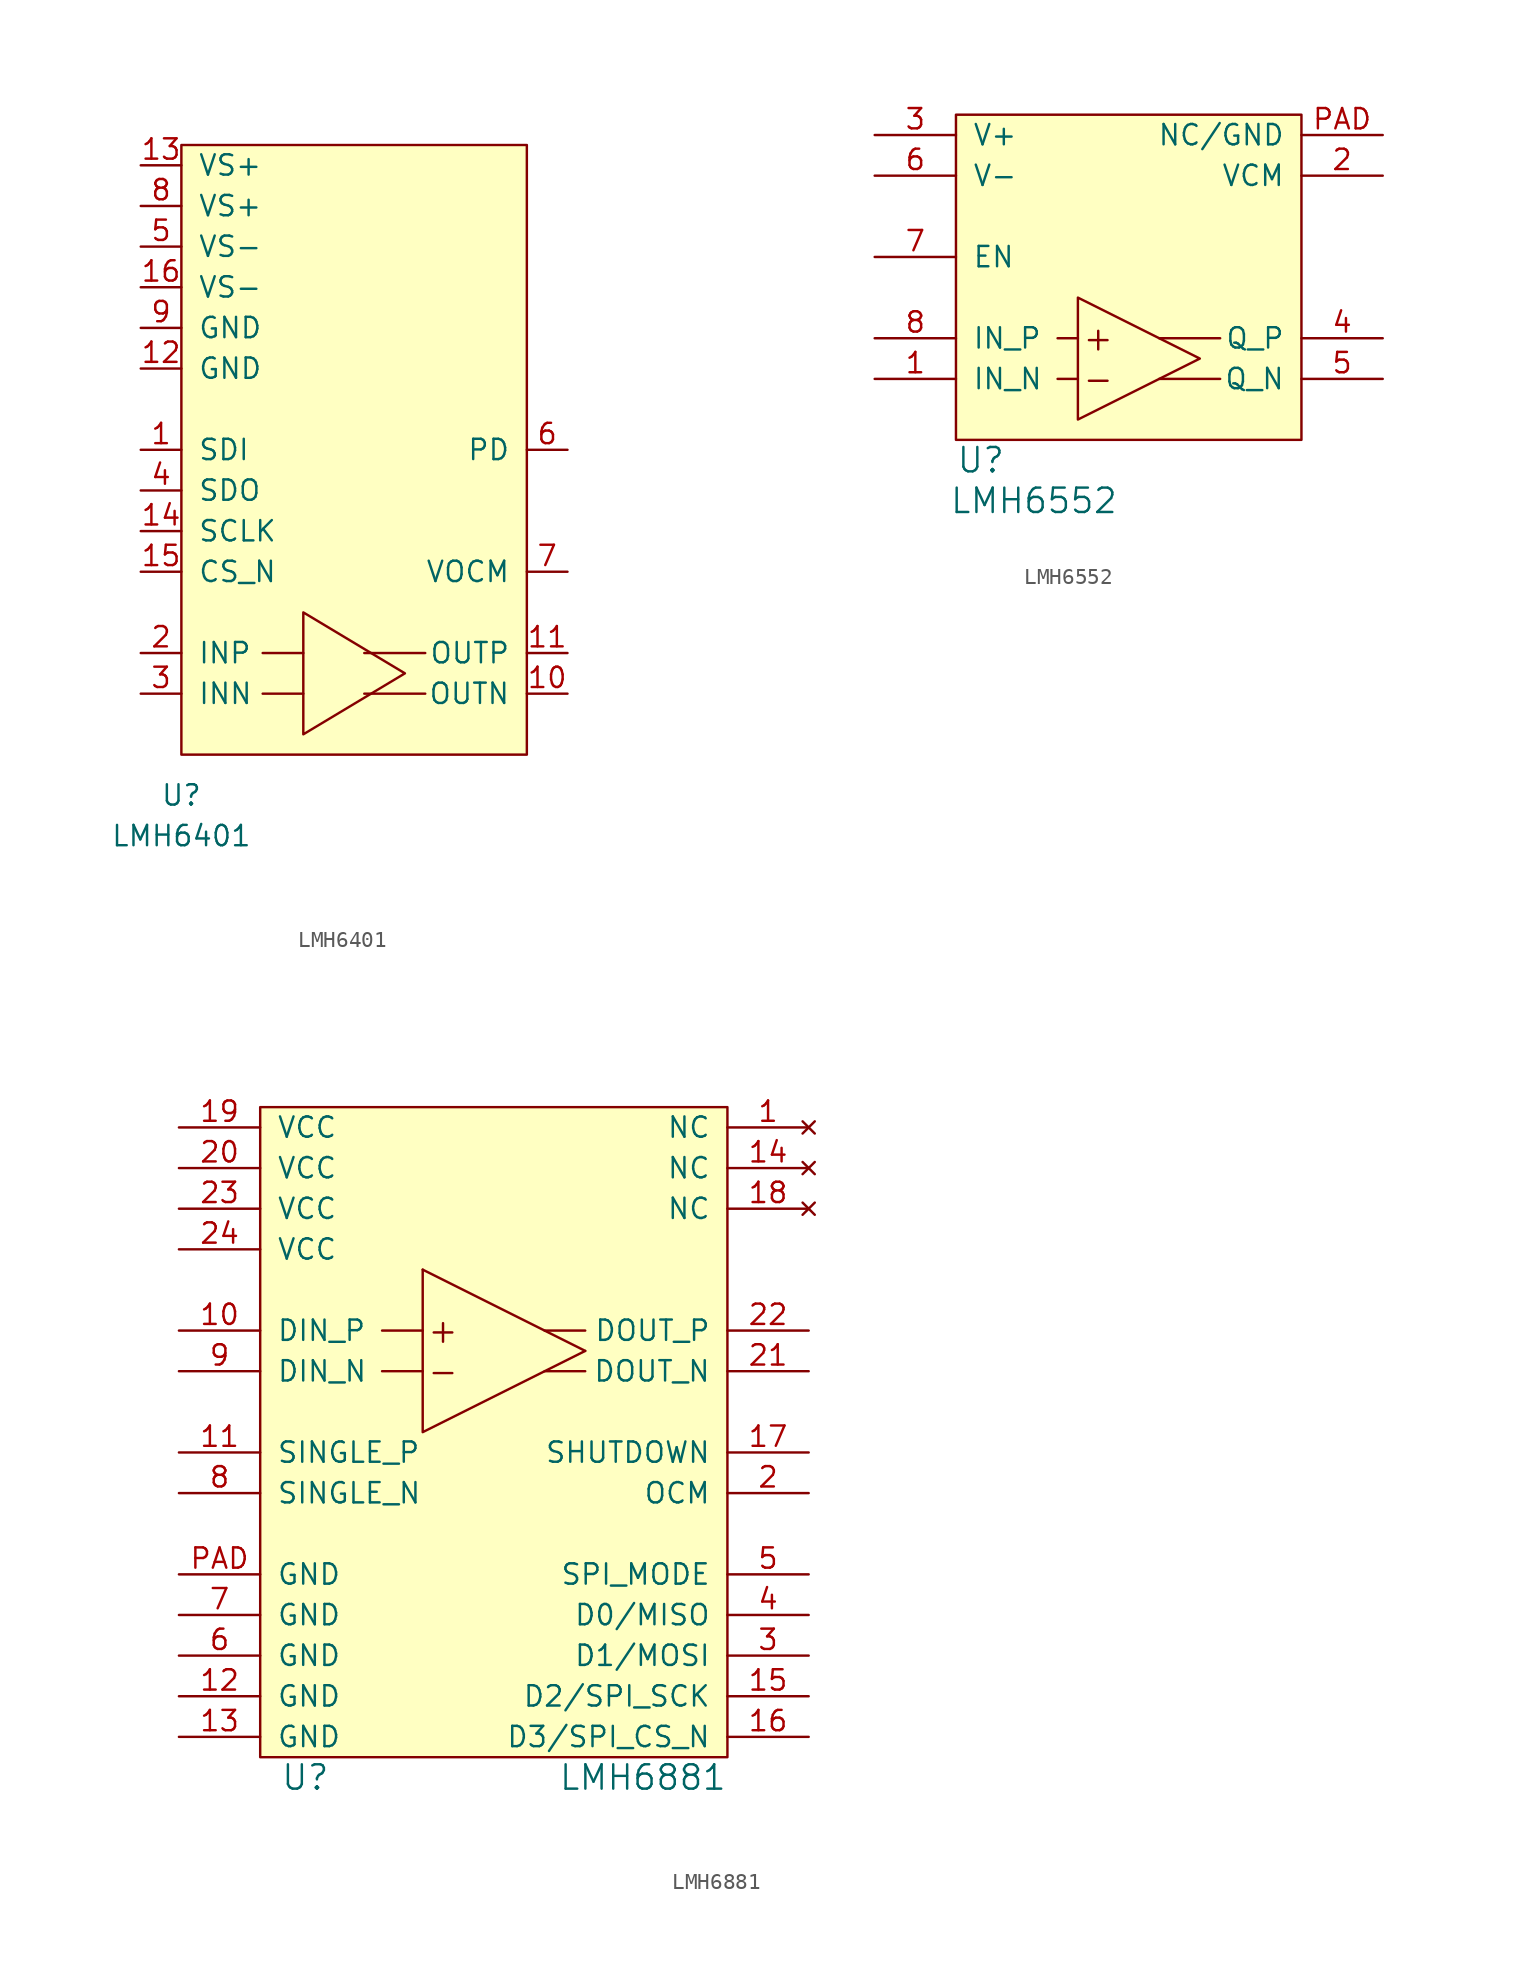
<source format=kicad_sym>
(kicad_symbol_lib
  (version 20211014)
  (generator kicad_symbol_editor)
  (symbol "LMH6401"
    (pin_names
      (offset 1.016))
    (property "Reference" "U"
      (at 0 -2.54 0)
      (effects (font (size 1.27 1.27))))
    (property "Value" "LMH6401"
      (at 0 -5.08 0)
      (effects (font (size 1.27 1.27))))
    (symbol "LMH6401_0_1"
      (polyline (pts (xy 7.62 3.81) (xy 5.08 3.81)) (stroke (width 0) (type default) (color 0 0 0 0)) (fill (type none)))
      (polyline (pts (xy 7.62 6.35) (xy 5.08 6.35)) (stroke (width 0) (type default) (color 0 0 0 0)) (fill (type none)))
      (polyline (pts (xy 11.43 3.81) (xy 15.24 3.81)) (stroke (width 0) (type default) (color 0 0 0 0)) (fill (type none)))
      (polyline (pts (xy 11.43 6.35) (xy 15.24 6.35)) (stroke (width 0) (type default) (color 0 0 0 0)) (fill (type none)))
      (polyline (pts (xy 7.62 1.27) (xy 7.62 8.89) (xy 13.97 5.08) (xy 7.62 1.27)) (stroke (width 0) (type default) (color 0 0 0 0)) (fill (type none)))
      (rectangle (start 0 38.1) (end 21.59 0) (stroke (width 0) (type default) (color 0 0 0 0)) (fill (type background))))
    (symbol "LMH6401_1_1"
      (pin input line (at -2.54 19.05 0) (length 2.54) (name "SDI" (effects (font (size 1.27 1.27)))) (number "1" (effects (font (size 1.27 1.27)))))
      (pin output line (at 24.13 3.81 180) (length 2.54) (name "OUTN" (effects (font (size 1.27 1.27)))) (number "10" (effects (font (size 1.27 1.27)))))
      (pin output line (at 24.13 6.35 180) (length 2.54) (name "OUTP" (effects (font (size 1.27 1.27)))) (number "11" (effects (font (size 1.27 1.27)))))
      (pin power_in line (at -2.54 24.13 0) (length 2.54) (name "GND" (effects (font (size 1.27 1.27)))) (number "12" (effects (font (size 1.27 1.27)))))
      (pin power_in line (at -2.54 36.83 0) (length 2.54) (name "VS+" (effects (font (size 1.27 1.27)))) (number "13" (effects (font (size 1.27 1.27)))))
      (pin input line (at -2.54 13.97 0) (length 2.54) (name "SCLK" (effects (font (size 1.27 1.27)))) (number "14" (effects (font (size 1.27 1.27)))))
      (pin input line (at -2.54 11.43 0) (length 2.54) (name "CS_N" (effects (font (size 1.27 1.27)))) (number "15" (effects (font (size 1.27 1.27)))))
      (pin power_in line (at -2.54 29.21 0) (length 2.54) (name "VS-" (effects (font (size 1.27 1.27)))) (number "16" (effects (font (size 1.27 1.27)))))
      (pin input line (at -2.54 6.35 0) (length 2.54) (name "INP" (effects (font (size 1.27 1.27)))) (number "2" (effects (font (size 1.27 1.27)))))
      (pin input line (at -2.54 3.81 0) (length 2.54) (name "INN" (effects (font (size 1.27 1.27)))) (number "3" (effects (font (size 1.27 1.27)))))
      (pin output line (at -2.54 16.51 0) (length 2.54) (name "SDO" (effects (font (size 1.27 1.27)))) (number "4" (effects (font (size 1.27 1.27)))))
      (pin power_in line (at -2.54 31.75 0) (length 2.54) (name "VS-" (effects (font (size 1.27 1.27)))) (number "5" (effects (font (size 1.27 1.27)))))
      (pin input line (at 24.13 19.05 180) (length 2.54) (name "PD" (effects (font (size 1.27 1.27)))) (number "6" (effects (font (size 1.27 1.27)))))
      (pin input line (at 24.13 11.43 180) (length 2.54) (name "VOCM" (effects (font (size 1.27 1.27)))) (number "7" (effects (font (size 1.27 1.27)))))
      (pin power_in line (at -2.54 34.29 0) (length 2.54) (name "VS+" (effects (font (size 1.27 1.27)))) (number "8" (effects (font (size 1.27 1.27)))))
      (pin power_in line (at -2.54 26.67 0) (length 2.54) (name "GND" (effects (font (size 1.27 1.27)))) (number "9" (effects (font (size 1.27 1.27)))))))
  (symbol "LMH6552"
    (pin_names
      (offset 1.016))
    (property "Reference" "U"
      (at 0 -1.27 0)
      (effects (font (size 1.524 1.524)) (justify left)))
    (property "Value" "LMH6552"
      (at 10.16 -3.81 0)
      (effects (font (size 1.524 1.524)) (justify right)))
    (property "Footprint" ""
      (at -12.7 -1.27 0)
      (effects (font (size 1.524 1.524))))
    (property "Datasheet" ""
      (at -12.7 -1.27 0)
      (effects (font (size 1.524 1.524))))
    (symbol "LMH6552_0_0"
      (polyline (pts (xy 6.35 3.81) (xy 7.62 3.81)) (stroke (width 0) (type default) (color 0 0 0 0)) (fill (type none)))
      (polyline (pts (xy 6.35 6.35) (xy 7.62 6.35)) (stroke (width 0) (type default) (color 0 0 0 0)) (fill (type none)))
      (polyline (pts (xy 16.51 3.81) (xy 12.7 3.81)) (stroke (width 0) (type default) (color 0 0 0 0)) (fill (type none)))
      (polyline (pts (xy 16.51 6.35) (xy 12.7 6.35)) (stroke (width 0) (type default) (color 0 0 0 0)) (fill (type none)))
      (polyline (pts (xy 7.62 8.89) (xy 7.62 1.27) (xy 15.24 5.08) (xy 7.62 8.89)) (stroke (width 0) (type default) (color 0 0 0 0)) (fill (type none)))
      (rectangle (start 0 20.32) (end 21.59 0) (stroke (width 0) (type default) (color 0 0 0 0)) (fill (type background)))
      (text "+" (at 8.89 6.35 0) (effects (font (size 1.524 1.524))))
      (text "-" (at 8.89 3.81 0) (effects (font (size 1.524 1.524)))))
    (symbol "LMH6552_1_1"
      (pin input line (at -5.08 3.81 0) (length 5.08) (name "IN_N" (effects (font (size 1.27 1.27)))) (number "1" (effects (font (size 1.27 1.27)))))
      (pin input line (at 26.67 16.51 180) (length 5.08) (name "VCM" (effects (font (size 1.27 1.27)))) (number "2" (effects (font (size 1.27 1.27)))))
      (pin power_in line (at -5.08 19.05 0) (length 5.08) (name "V+" (effects (font (size 1.27 1.27)))) (number "3" (effects (font (size 1.27 1.27)))))
      (pin output line (at 26.67 6.35 180) (length 5.08) (name "Q_P" (effects (font (size 1.27 1.27)))) (number "4" (effects (font (size 1.27 1.27)))))
      (pin output line (at 26.67 3.81 180) (length 5.08) (name "Q_N" (effects (font (size 1.27 1.27)))) (number "5" (effects (font (size 1.27 1.27)))))
      (pin power_in line (at -5.08 16.51 0) (length 5.08) (name "V-" (effects (font (size 1.27 1.27)))) (number "6" (effects (font (size 1.27 1.27)))))
      (pin input line (at -5.08 11.43 0) (length 5.08) (name "EN" (effects (font (size 1.27 1.27)))) (number "7" (effects (font (size 1.27 1.27)))))
      (pin input line (at -5.08 6.35 0) (length 5.08) (name "IN_P" (effects (font (size 1.27 1.27)))) (number "8" (effects (font (size 1.27 1.27)))))
      (pin power_in line (at 26.67 19.05 180) (length 5.08) (name "NC/GND" (effects (font (size 1.27 1.27)))) (number "PAD" (effects (font (size 1.27 1.27)))))))
  (symbol "LMH6881"
    (pin_names
      (offset 1.016))
    (property "Reference" "U"
      (at -12.7 -26.67 0)
      (effects (font (size 1.524 1.524)) (justify left)))
    (property "Value" "LMH6881"
      (at 15.24 -26.67 0)
      (effects (font (size 1.524 1.524)) (justify right)))
    (property "Footprint" ""
      (at 48.26 -22.86 0)
      (effects (font (size 1.524 1.524))))
    (property "Datasheet" ""
      (at 48.26 -22.86 0)
      (effects (font (size 1.524 1.524))))
    (symbol "LMH6881_0_0"
      (polyline (pts (xy -6.35 -1.27) (xy -3.81 -1.27)) (stroke (width 0) (type default) (color 0 0 0 0)) (fill (type none)))
      (polyline (pts (xy -6.35 1.27) (xy -3.81 1.27)) (stroke (width 0) (type default) (color 0 0 0 0)) (fill (type none)))
      (text "+" (at -2.54 1.27 0) (effects (font (size 1.524 1.524))))
      (text "-" (at -2.54 -1.27 0) (effects (font (size 1.524 1.524)))))
    (symbol "LMH6881_0_1"
      (rectangle (start -13.97 15.24) (end 15.24 -25.4) (stroke (width 0) (type default) (color 0 0 0 0)) (fill (type background)))
      (polyline (pts (xy 6.35 -1.27) (xy 3.81 -1.27)) (stroke (width 0) (type default) (color 0 0 0 0)) (fill (type none)))
      (polyline (pts (xy 6.35 0) (xy -3.81 5.08)) (stroke (width 0) (type default) (color 0 0 0 0)) (fill (type none)))
      (polyline (pts (xy 6.35 1.27) (xy 3.81 1.27)) (stroke (width 0) (type default) (color 0 0 0 0)) (fill (type none)))
      (polyline (pts (xy 6.35 0) (xy -3.81 -5.08) (xy -3.81 5.08)) (stroke (width 0) (type default) (color 0 0 0 0)) (fill (type none))))
    (symbol "LMH6881_1_1"
      (pin no_connect line (at 20.32 13.97 180) (length 5.08) (name "NC" (effects (font (size 1.27 1.27)))) (number "1" (effects (font (size 1.27 1.27)))))
      (pin input line (at -19.05 1.27 0) (length 5.08) (name "DIN_P" (effects (font (size 1.27 1.27)))) (number "10" (effects (font (size 1.27 1.27)))))
      (pin input line (at -19.05 -6.35 0) (length 5.08) (name "SINGLE_P" (effects (font (size 1.27 1.27)))) (number "11" (effects (font (size 1.27 1.27)))))
      (pin power_in line (at -19.05 -21.59 0) (length 5.08) (name "GND" (effects (font (size 1.27 1.27)))) (number "12" (effects (font (size 1.27 1.27)))))
      (pin power_in line (at -19.05 -24.13 0) (length 5.08) (name "GND" (effects (font (size 1.27 1.27)))) (number "13" (effects (font (size 1.27 1.27)))))
      (pin no_connect line (at 20.32 11.43 180) (length 5.08) (name "NC" (effects (font (size 1.27 1.27)))) (number "14" (effects (font (size 1.27 1.27)))))
      (pin input line (at 20.32 -21.59 180) (length 5.08) (name "D2/SPI_SCK" (effects (font (size 1.27 1.27)))) (number "15" (effects (font (size 1.27 1.27)))))
      (pin input line (at 20.32 -24.13 180) (length 5.08) (name "D3/SPI_CS_N" (effects (font (size 1.27 1.27)))) (number "16" (effects (font (size 1.27 1.27)))))
      (pin input line (at 20.32 -6.35 180) (length 5.08) (name "SHUTDOWN" (effects (font (size 1.27 1.27)))) (number "17" (effects (font (size 1.27 1.27)))))
      (pin no_connect line (at 20.32 8.89 180) (length 5.08) (name "NC" (effects (font (size 1.27 1.27)))) (number "18" (effects (font (size 1.27 1.27)))))
      (pin power_in line (at -19.05 13.97 0) (length 5.08) (name "VCC" (effects (font (size 1.27 1.27)))) (number "19" (effects (font (size 1.27 1.27)))))
      (pin input line (at 20.32 -8.89 180) (length 5.08) (name "OCM" (effects (font (size 1.27 1.27)))) (number "2" (effects (font (size 1.27 1.27)))))
      (pin power_in line (at -19.05 11.43 0) (length 5.08) (name "VCC" (effects (font (size 1.27 1.27)))) (number "20" (effects (font (size 1.27 1.27)))))
      (pin output line (at 20.32 -1.27 180) (length 5.08) (name "DOUT_N" (effects (font (size 1.27 1.27)))) (number "21" (effects (font (size 1.27 1.27)))))
      (pin output line (at 20.32 1.27 180) (length 5.08) (name "DOUT_P" (effects (font (size 1.27 1.27)))) (number "22" (effects (font (size 1.27 1.27)))))
      (pin power_in line (at -19.05 8.89 0) (length 5.08) (name "VCC" (effects (font (size 1.27 1.27)))) (number "23" (effects (font (size 1.27 1.27)))))
      (pin power_in line (at -19.05 6.35 0) (length 5.08) (name "VCC" (effects (font (size 1.27 1.27)))) (number "24" (effects (font (size 1.27 1.27)))))
      (pin input line (at 20.32 -19.05 180) (length 5.08) (name "D1/MOSI" (effects (font (size 1.27 1.27)))) (number "3" (effects (font (size 1.27 1.27)))))
      (pin bidirectional line (at 20.32 -16.51 180) (length 5.08) (name "D0/MISO" (effects (font (size 1.27 1.27)))) (number "4" (effects (font (size 1.27 1.27)))))
      (pin input line (at 20.32 -13.97 180) (length 5.08) (name "SPI_MODE" (effects (font (size 1.27 1.27)))) (number "5" (effects (font (size 1.27 1.27)))))
      (pin power_in line (at -19.05 -19.05 0) (length 5.08) (name "GND" (effects (font (size 1.27 1.27)))) (number "6" (effects (font (size 1.27 1.27)))))
      (pin power_in line (at -19.05 -16.51 0) (length 5.08) (name "GND" (effects (font (size 1.27 1.27)))) (number "7" (effects (font (size 1.27 1.27)))))
      (pin input line (at -19.05 -8.89 0) (length 5.08) (name "SINGLE_N" (effects (font (size 1.27 1.27)))) (number "8" (effects (font (size 1.27 1.27)))))
      (pin input line (at -19.05 -1.27 0) (length 5.08) (name "DIN_N" (effects (font (size 1.27 1.27)))) (number "9" (effects (font (size 1.27 1.27)))))
      (pin power_in line (at -19.05 -13.97 0) (length 5.08) (name "GND" (effects (font (size 1.27 1.27)))) (number "PAD" (effects (font (size 1.27 1.27))))))))
</source>
